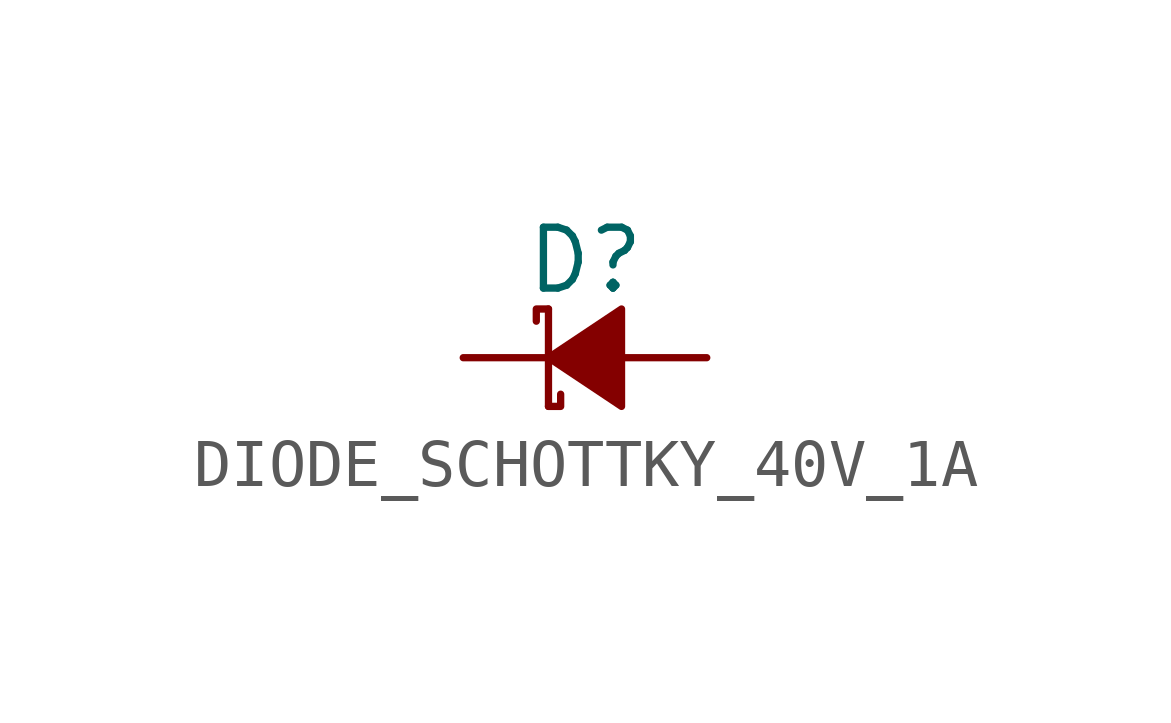
<source format=kicad_sym>
(kicad_symbol_lib
  (version 20211014)
  (generator kicad_symbol_editor)
  (symbol "DIODE_SCHOTTKY_40V_1A"
    (pin_numbers hide)
    (pin_names
      (offset 0.254) hide)
    (property "Reference" "D"
      (at -1.27 2.032 0)
      (effects (font (size 1.27 1.27)) (justify left)))
    (symbol "DIODE_SCHOTTKY_40V_1A_0_1"
      (polyline (pts (xy -0.762 -1.016) (xy -0.762 1.016)) (stroke (width 0) (type default) (color 0 0 0 0)) (fill (type none)))
      (polyline (pts (xy -0.762 -1.016) (xy -0.508 -1.016) (xy -0.508 -0.762)) (stroke (width 0) (type default) (color 0 0 0 0)) (fill (type none)))
      (polyline (pts (xy -0.762 1.016) (xy -1.016 1.016) (xy -1.016 0.762)) (stroke (width 0) (type default) (color 0 0 0 0)) (fill (type none)))
      (polyline (pts (xy 0.762 -1.016) (xy -0.762 0) (xy 0.762 1.016) (xy 0.762 -1.016)) (stroke (width 0) (type default) (color 0 0 0 0)) (fill (type outline))))
    (symbol "DIODE_SCHOTTKY_40V_1A_1_1"
      (pin passive line (at -2.54 0 0) (length 1.778) (name "K" (effects (font (size 1.27 1.27)))) (number "1" (effects (font (size 1.27 1.27)))))
      (pin passive line (at 2.54 0 180) (length 1.778) (name "A" (effects (font (size 1.27 1.27)))) (number "2" (effects (font (size 1.27 1.27))))))))
</source>
